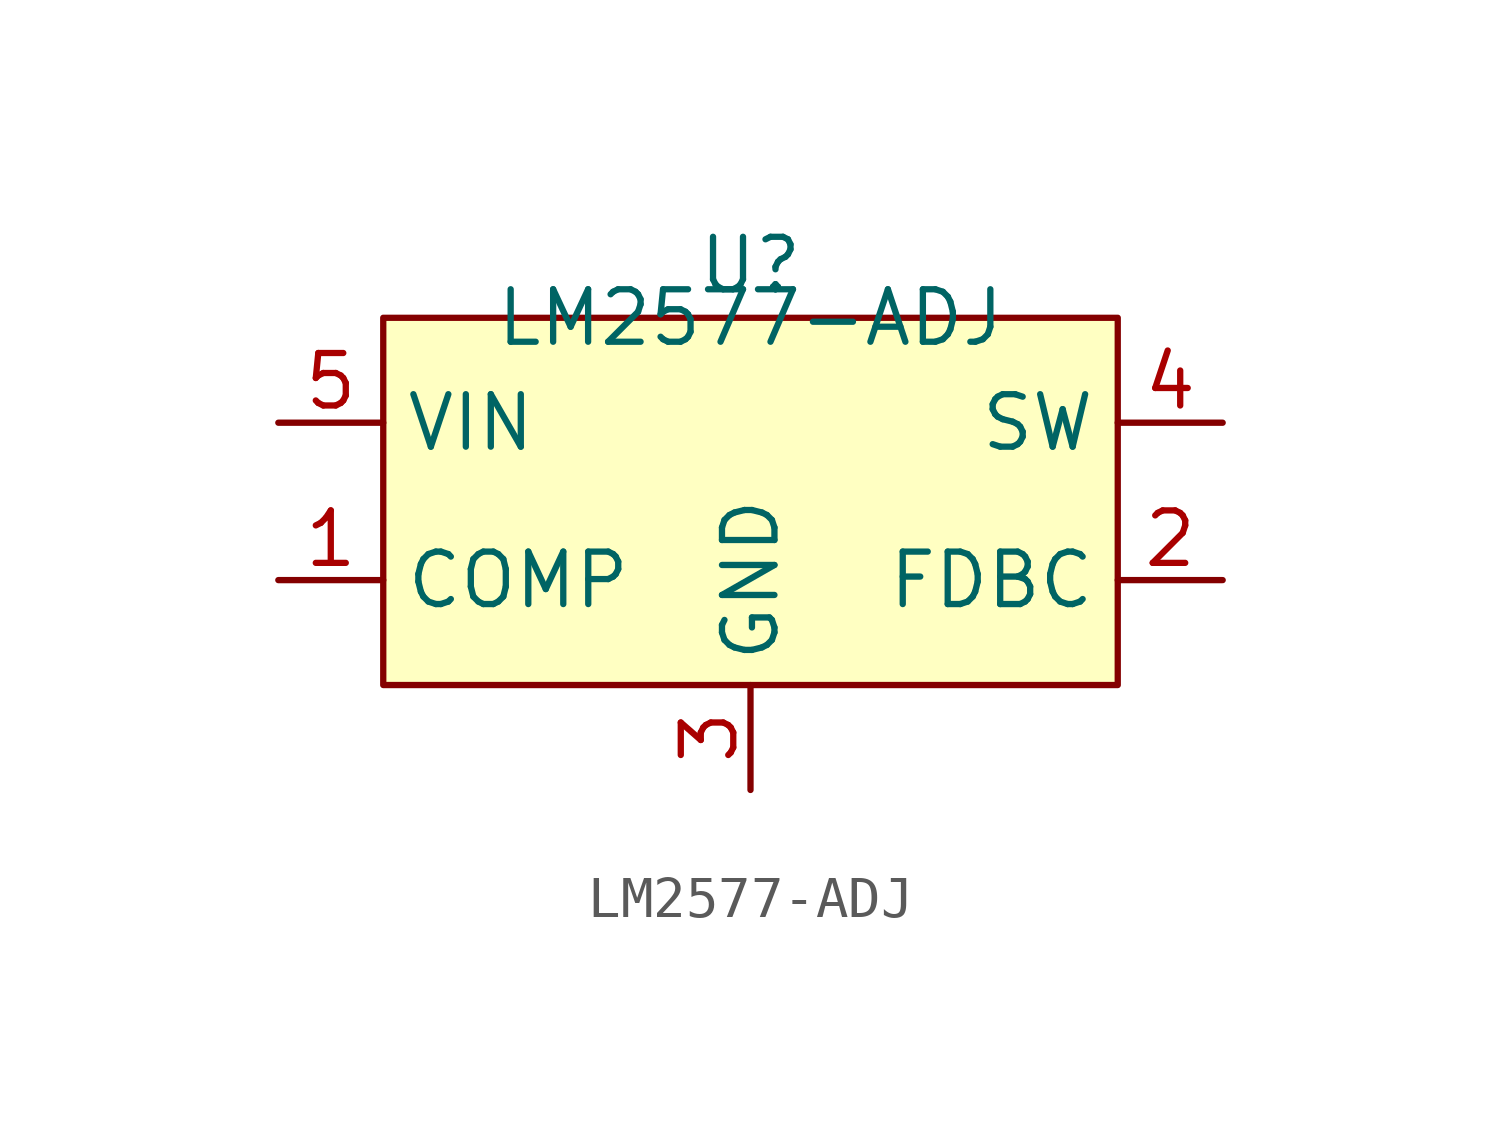
<source format=kicad_sym>
(kicad_symbol_lib
  (version 20241209)
  (generator "kicad_symbol_editor")
  (generator_version "9.0")
  (symbol "LM2577-ADJ"
    (property "Reference" "U"
      (at 0 1.27 0)
      (effects (font (size 1.27 1.27))))
    (property "Value" "LM2577-ADJ"
      (at 0 0 0)
      (effects (font (size 1.27 1.27))))
    (symbol "LM2577-ADJ_1_1"
      (rectangle (start -8.89 0) (end 8.89 -8.89) (stroke (width 0) (type solid)) (fill (type background)))
      (pin passive line (at -11.43 -2.54 0) (length 2.54) (name "VIN" (effects (font (size 1.27 1.27)))) (number "5" (effects (font (size 1.27 1.27)))))
      (pin passive line (at -11.43 -6.35 0) (length 2.54) (name "COMP" (effects (font (size 1.27 1.27)))) (number "1" (effects (font (size 1.27 1.27)))))
      (pin passive line (at 0 -11.43 90) (length 2.54) (name "GND" (effects (font (size 1.27 1.27)))) (number "3" (effects (font (size 1.27 1.27)))))
      (pin passive line (at 11.43 -2.54 180) (length 2.54) (name "SW" (effects (font (size 1.27 1.27)))) (number "4" (effects (font (size 1.27 1.27)))))
      (pin passive line (at 11.43 -6.35 180) (length 2.54) (name "FDBC" (effects (font (size 1.27 1.27)))) (number "2" (effects (font (size 1.27 1.27))))))))
</source>
